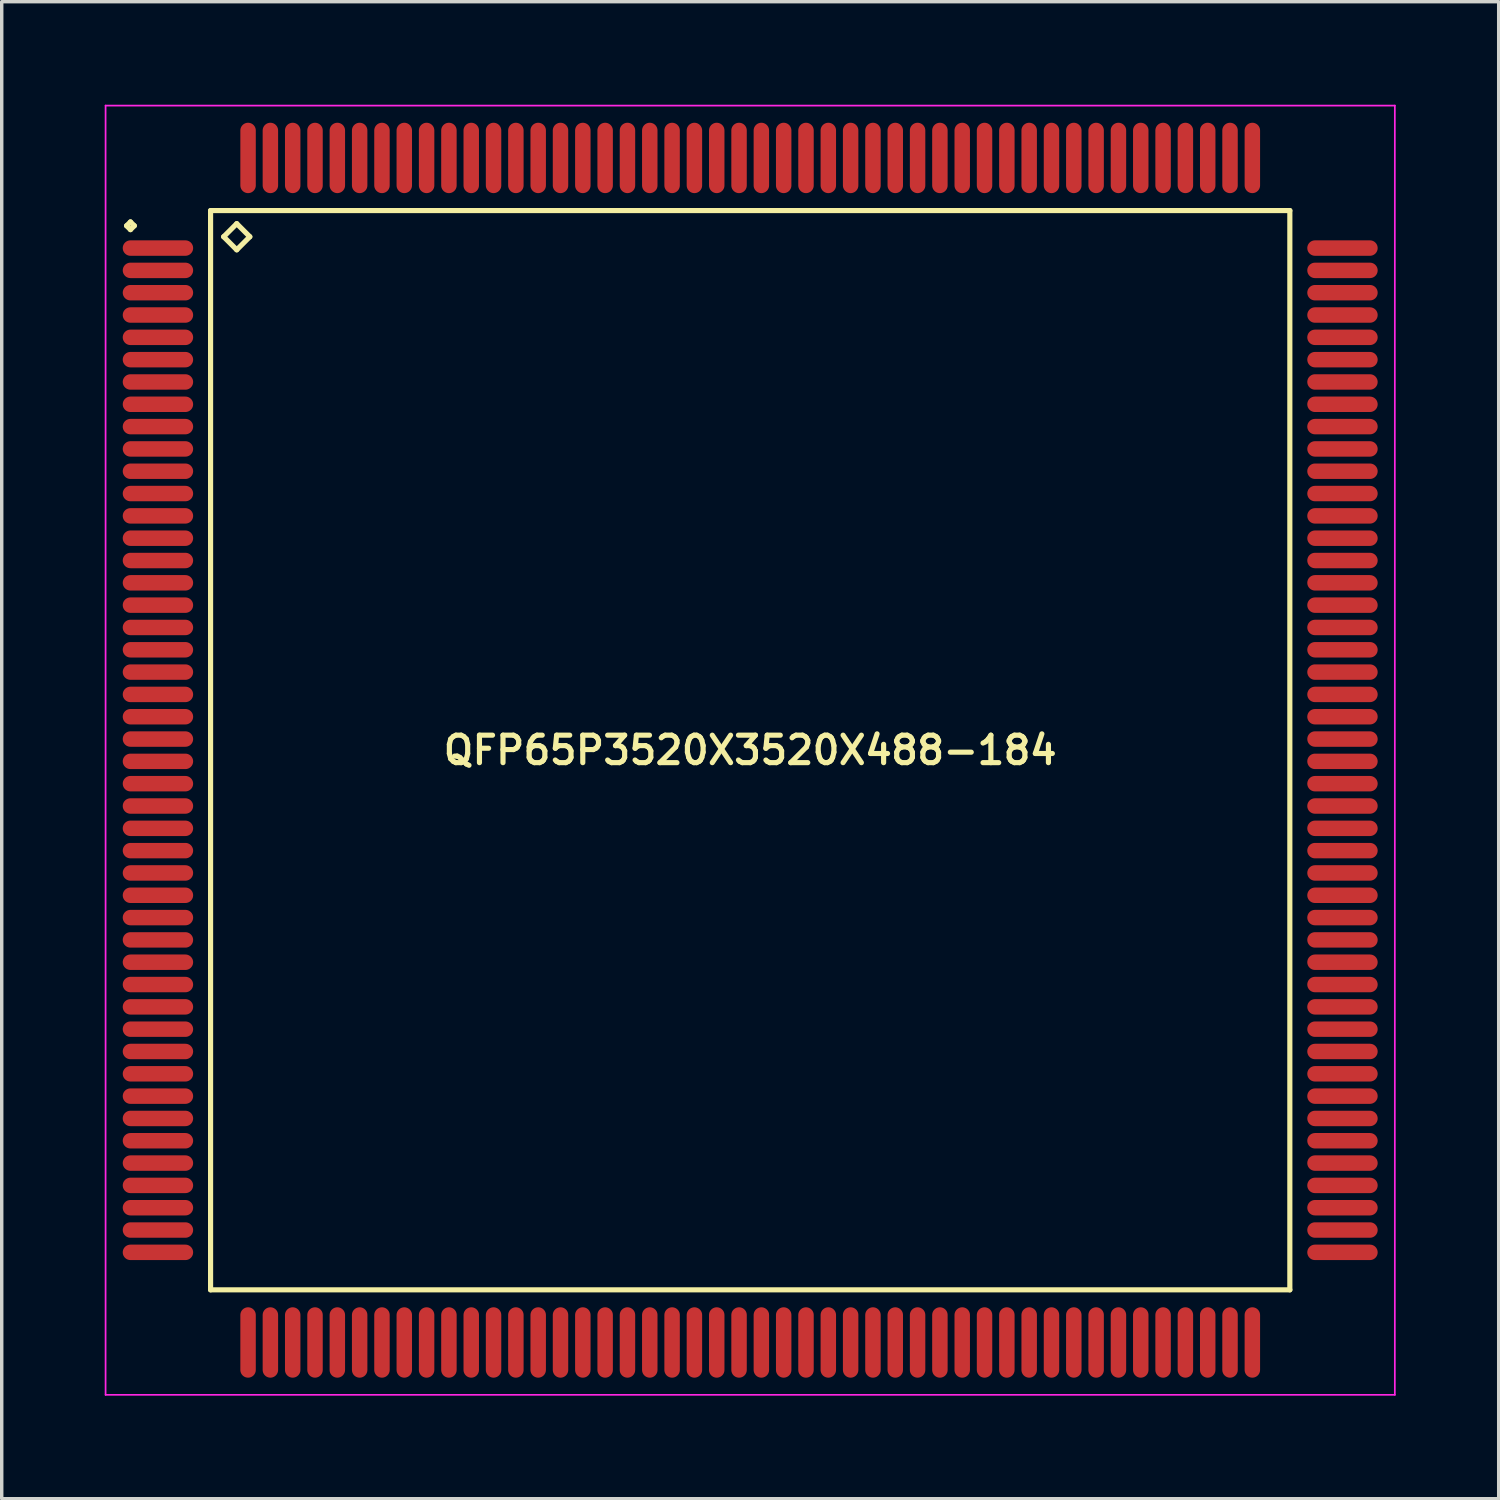
<source format=kicad_pcb>
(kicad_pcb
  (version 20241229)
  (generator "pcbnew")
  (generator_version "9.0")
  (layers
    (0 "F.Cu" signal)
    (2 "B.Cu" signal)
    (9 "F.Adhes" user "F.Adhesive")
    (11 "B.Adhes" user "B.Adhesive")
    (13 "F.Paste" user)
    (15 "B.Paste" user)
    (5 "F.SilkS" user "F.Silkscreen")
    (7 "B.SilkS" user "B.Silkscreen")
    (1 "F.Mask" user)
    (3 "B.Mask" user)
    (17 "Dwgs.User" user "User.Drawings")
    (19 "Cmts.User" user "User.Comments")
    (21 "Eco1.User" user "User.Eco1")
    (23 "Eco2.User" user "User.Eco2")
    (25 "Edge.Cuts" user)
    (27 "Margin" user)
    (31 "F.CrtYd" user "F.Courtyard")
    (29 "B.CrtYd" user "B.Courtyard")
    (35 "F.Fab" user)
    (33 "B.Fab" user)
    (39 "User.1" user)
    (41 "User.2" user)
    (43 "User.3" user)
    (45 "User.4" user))
  (footprint "QFP65P3520X3520X488-184"
    (layer "F.Cu")
    (at 18.8 18.8)
    (property "Reference" "QFP65P3520X3520X488-184" (at 0 0 0) (layer "F.SilkS") (effects (font (size 0.8 0.8) (thickness 0.15))))
    (attr smd)
    (fp_line (start -18.163 -15.275) (end -18.05 -15.387) (stroke (width 0.15) (type solid)) (layer "F.SilkS"))
    (fp_line (start -18.05 -15.387) (end -17.938 -15.275) (stroke (width 0.15) (type solid)) (layer "F.SilkS"))
    (fp_line (start -18.05 -15.162) (end -18.163 -15.275) (stroke (width 0.15) (type solid)) (layer "F.SilkS"))
    (fp_line (start -17.938 -15.275) (end -18.05 -15.162) (stroke (width 0.15) (type solid)) (layer "F.SilkS"))
    (fp_line (start -15.717 -15.717) (end -15.717 15.717) (stroke (width 0.15) (type solid)) (layer "F.SilkS"))
    (fp_line (start -15.717 15.717) (end 15.717 15.717) (stroke (width 0.15) (type solid)) (layer "F.SilkS"))
    (fp_line (start -15.336 -14.955) (end -14.955 -15.336) (stroke (width 0.15) (type solid)) (layer "F.SilkS"))
    (fp_line (start -14.955 -15.336) (end -14.574 -14.955) (stroke (width 0.15) (type solid)) (layer "F.SilkS"))
    (fp_line (start -14.955 -14.574) (end -15.336 -14.955) (stroke (width 0.15) (type solid)) (layer "F.SilkS"))
    (fp_line (start -14.574 -14.955) (end -14.955 -14.574) (stroke (width 0.15) (type solid)) (layer "F.SilkS"))
    (fp_line (start 15.717 -15.717) (end -15.717 -15.717) (stroke (width 0.15) (type solid)) (layer "F.SilkS"))
    (fp_line (start 15.717 15.717) (end 15.717 -15.717) (stroke (width 0.15) (type solid)) (layer "F.SilkS"))
    (fp_line (start -18.775 -18.775) (end 18.775 -18.775) (stroke (width 0.05) (type solid)) (layer "F.CrtYd"))
    (fp_line (start -18.775 18.775) (end -18.775 -18.775) (stroke (width 0.05) (type solid)) (layer "F.CrtYd"))
    (fp_line (start 18.775 -18.775) (end 18.775 18.775) (stroke (width 0.05) (type solid)) (layer "F.CrtYd"))
    (fp_line (start 18.775 18.775) (end -18.775 18.775) (stroke (width 0.05) (type solid)) (layer "F.CrtYd"))
    (pad "1" smd oval (at -17.25 -14.625) (size 2.05 0.45) (layers "F.Cu" "F.Mask" "F.Paste"))
    (pad "2" smd oval (at -17.25 -13.975) (size 2.05 0.45) (layers "F.Cu" "F.Mask" "F.Paste"))
    (pad "3" smd oval (at -17.25 -13.325) (size 2.05 0.45) (layers "F.Cu" "F.Mask" "F.Paste"))
    (pad "4" smd oval (at -17.25 -12.675) (size 2.05 0.45) (layers "F.Cu" "F.Mask" "F.Paste"))
    (pad "5" smd oval (at -17.25 -12.025) (size 2.05 0.45) (layers "F.Cu" "F.Mask" "F.Paste"))
    (pad "6" smd oval (at -17.25 -11.375) (size 2.05 0.45) (layers "F.Cu" "F.Mask" "F.Paste"))
    (pad "7" smd oval (at -17.25 -10.725) (size 2.05 0.45) (layers "F.Cu" "F.Mask" "F.Paste"))
    (pad "8" smd oval (at -17.25 -10.075) (size 2.05 0.45) (layers "F.Cu" "F.Mask" "F.Paste"))
    (pad "9" smd oval (at -17.25 -9.425) (size 2.05 0.45) (layers "F.Cu" "F.Mask" "F.Paste"))
    (pad "10" smd oval (at -17.25 -8.775) (size 2.05 0.45) (layers "F.Cu" "F.Mask" "F.Paste"))
    (pad "11" smd oval (at -17.25 -8.125) (size 2.05 0.45) (layers "F.Cu" "F.Mask" "F.Paste"))
    (pad "12" smd oval (at -17.25 -7.475) (size 2.05 0.45) (layers "F.Cu" "F.Mask" "F.Paste"))
    (pad "13" smd oval (at -17.25 -6.825) (size 2.05 0.45) (layers "F.Cu" "F.Mask" "F.Paste"))
    (pad "14" smd oval (at -17.25 -6.175) (size 2.05 0.45) (layers "F.Cu" "F.Mask" "F.Paste"))
    (pad "15" smd oval (at -17.25 -5.525) (size 2.05 0.45) (layers "F.Cu" "F.Mask" "F.Paste"))
    (pad "16" smd oval (at -17.25 -4.875) (size 2.05 0.45) (layers "F.Cu" "F.Mask" "F.Paste"))
    (pad "17" smd oval (at -17.25 -4.225) (size 2.05 0.45) (layers "F.Cu" "F.Mask" "F.Paste"))
    (pad "18" smd oval (at -17.25 -3.575) (size 2.05 0.45) (layers "F.Cu" "F.Mask" "F.Paste"))
    (pad "19" smd oval (at -17.25 -2.925) (size 2.05 0.45) (layers "F.Cu" "F.Mask" "F.Paste"))
    (pad "20" smd oval (at -17.25 -2.275) (size 2.05 0.45) (layers "F.Cu" "F.Mask" "F.Paste"))
    (pad "21" smd oval (at -17.25 -1.625) (size 2.05 0.45) (layers "F.Cu" "F.Mask" "F.Paste"))
    (pad "22" smd oval (at -17.25 -0.975) (size 2.05 0.45) (layers "F.Cu" "F.Mask" "F.Paste"))
    (pad "23" smd oval (at -17.25 -0.325) (size 2.05 0.45) (layers "F.Cu" "F.Mask" "F.Paste"))
    (pad "24" smd oval (at -17.25 0.325) (size 2.05 0.45) (layers "F.Cu" "F.Mask" "F.Paste"))
    (pad "25" smd oval (at -17.25 0.975) (size 2.05 0.45) (layers "F.Cu" "F.Mask" "F.Paste"))
    (pad "26" smd oval (at -17.25 1.625) (size 2.05 0.45) (layers "F.Cu" "F.Mask" "F.Paste"))
    (pad "27" smd oval (at -17.25 2.275) (size 2.05 0.45) (layers "F.Cu" "F.Mask" "F.Paste"))
    (pad "28" smd oval (at -17.25 2.925) (size 2.05 0.45) (layers "F.Cu" "F.Mask" "F.Paste"))
    (pad "29" smd oval (at -17.25 3.575) (size 2.05 0.45) (layers "F.Cu" "F.Mask" "F.Paste"))
    (pad "30" smd oval (at -17.25 4.225) (size 2.05 0.45) (layers "F.Cu" "F.Mask" "F.Paste"))
    (pad "31" smd oval (at -17.25 4.875) (size 2.05 0.45) (layers "F.Cu" "F.Mask" "F.Paste"))
    (pad "32" smd oval (at -17.25 5.525) (size 2.05 0.45) (layers "F.Cu" "F.Mask" "F.Paste"))
    (pad "33" smd oval (at -17.25 6.175) (size 2.05 0.45) (layers "F.Cu" "F.Mask" "F.Paste"))
    (pad "34" smd oval (at -17.25 6.825) (size 2.05 0.45) (layers "F.Cu" "F.Mask" "F.Paste"))
    (pad "35" smd oval (at -17.25 7.475) (size 2.05 0.45) (layers "F.Cu" "F.Mask" "F.Paste"))
    (pad "36" smd oval (at -17.25 8.125) (size 2.05 0.45) (layers "F.Cu" "F.Mask" "F.Paste"))
    (pad "37" smd oval (at -17.25 8.775) (size 2.05 0.45) (layers "F.Cu" "F.Mask" "F.Paste"))
    (pad "38" smd oval (at -17.25 9.425) (size 2.05 0.45) (layers "F.Cu" "F.Mask" "F.Paste"))
    (pad "39" smd oval (at -17.25 10.075) (size 2.05 0.45) (layers "F.Cu" "F.Mask" "F.Paste"))
    (pad "40" smd oval (at -17.25 10.725) (size 2.05 0.45) (layers "F.Cu" "F.Mask" "F.Paste"))
    (pad "41" smd oval (at -17.25 11.375) (size 2.05 0.45) (layers "F.Cu" "F.Mask" "F.Paste"))
    (pad "42" smd oval (at -17.25 12.025) (size 2.05 0.45) (layers "F.Cu" "F.Mask" "F.Paste"))
    (pad "43" smd oval (at -17.25 12.675) (size 2.05 0.45) (layers "F.Cu" "F.Mask" "F.Paste"))
    (pad "44" smd oval (at -17.25 13.325) (size 2.05 0.45) (layers "F.Cu" "F.Mask" "F.Paste"))
    (pad "45" smd oval (at -17.25 13.975) (size 2.05 0.45) (layers "F.Cu" "F.Mask" "F.Paste"))
    (pad "46" smd oval (at -17.25 14.625) (size 2.05 0.45) (layers "F.Cu" "F.Mask" "F.Paste"))
    (pad "47" smd oval (at -14.625 17.25) (size 0.45 2.05) (layers "F.Cu" "F.Mask" "F.Paste"))
    (pad "48" smd oval (at -13.975 17.25) (size 0.45 2.05) (layers "F.Cu" "F.Mask" "F.Paste"))
    (pad "49" smd oval (at -13.325 17.25) (size 0.45 2.05) (layers "F.Cu" "F.Mask" "F.Paste"))
    (pad "50" smd oval (at -12.675 17.25) (size 0.45 2.05) (layers "F.Cu" "F.Mask" "F.Paste"))
    (pad "51" smd oval (at -12.025 17.25) (size 0.45 2.05) (layers "F.Cu" "F.Mask" "F.Paste"))
    (pad "52" smd oval (at -11.375 17.25) (size 0.45 2.05) (layers "F.Cu" "F.Mask" "F.Paste"))
    (pad "53" smd oval (at -10.725 17.25) (size 0.45 2.05) (layers "F.Cu" "F.Mask" "F.Paste"))
    (pad "54" smd oval (at -10.075 17.25) (size 0.45 2.05) (layers "F.Cu" "F.Mask" "F.Paste"))
    (pad "55" smd oval (at -9.425 17.25) (size 0.45 2.05) (layers "F.Cu" "F.Mask" "F.Paste"))
    (pad "56" smd oval (at -8.775 17.25) (size 0.45 2.05) (layers "F.Cu" "F.Mask" "F.Paste"))
    (pad "57" smd oval (at -8.125 17.25) (size 0.45 2.05) (layers "F.Cu" "F.Mask" "F.Paste"))
    (pad "58" smd oval (at -7.475 17.25) (size 0.45 2.05) (layers "F.Cu" "F.Mask" "F.Paste"))
    (pad "59" smd oval (at -6.825 17.25) (size 0.45 2.05) (layers "F.Cu" "F.Mask" "F.Paste"))
    (pad "60" smd oval (at -6.175 17.25) (size 0.45 2.05) (layers "F.Cu" "F.Mask" "F.Paste"))
    (pad "61" smd oval (at -5.525 17.25) (size 0.45 2.05) (layers "F.Cu" "F.Mask" "F.Paste"))
    (pad "62" smd oval (at -4.875 17.25) (size 0.45 2.05) (layers "F.Cu" "F.Mask" "F.Paste"))
    (pad "63" smd oval (at -4.225 17.25) (size 0.45 2.05) (layers "F.Cu" "F.Mask" "F.Paste"))
    (pad "64" smd oval (at -3.575 17.25) (size 0.45 2.05) (layers "F.Cu" "F.Mask" "F.Paste"))
    (pad "65" smd oval (at -2.925 17.25) (size 0.45 2.05) (layers "F.Cu" "F.Mask" "F.Paste"))
    (pad "66" smd oval (at -2.275 17.25) (size 0.45 2.05) (layers "F.Cu" "F.Mask" "F.Paste"))
    (pad "67" smd oval (at -1.625 17.25) (size 0.45 2.05) (layers "F.Cu" "F.Mask" "F.Paste"))
    (pad "68" smd oval (at -0.975 17.25) (size 0.45 2.05) (layers "F.Cu" "F.Mask" "F.Paste"))
    (pad "69" smd oval (at -0.325 17.25) (size 0.45 2.05) (layers "F.Cu" "F.Mask" "F.Paste"))
    (pad "70" smd oval (at 0.325 17.25) (size 0.45 2.05) (layers "F.Cu" "F.Mask" "F.Paste"))
    (pad "71" smd oval (at 0.975 17.25) (size 0.45 2.05) (layers "F.Cu" "F.Mask" "F.Paste"))
    (pad "72" smd oval (at 1.625 17.25) (size 0.45 2.05) (layers "F.Cu" "F.Mask" "F.Paste"))
    (pad "73" smd oval (at 2.275 17.25) (size 0.45 2.05) (layers "F.Cu" "F.Mask" "F.Paste"))
    (pad "74" smd oval (at 2.925 17.25) (size 0.45 2.05) (layers "F.Cu" "F.Mask" "F.Paste"))
    (pad "75" smd oval (at 3.575 17.25) (size 0.45 2.05) (layers "F.Cu" "F.Mask" "F.Paste"))
    (pad "76" smd oval (at 4.225 17.25) (size 0.45 2.05) (layers "F.Cu" "F.Mask" "F.Paste"))
    (pad "77" smd oval (at 4.875 17.25) (size 0.45 2.05) (layers "F.Cu" "F.Mask" "F.Paste"))
    (pad "78" smd oval (at 5.525 17.25) (size 0.45 2.05) (layers "F.Cu" "F.Mask" "F.Paste"))
    (pad "79" smd oval (at 6.175 17.25) (size 0.45 2.05) (layers "F.Cu" "F.Mask" "F.Paste"))
    (pad "80" smd oval (at 6.825 17.25) (size 0.45 2.05) (layers "F.Cu" "F.Mask" "F.Paste"))
    (pad "81" smd oval (at 7.475 17.25) (size 0.45 2.05) (layers "F.Cu" "F.Mask" "F.Paste"))
    (pad "82" smd oval (at 8.125 17.25) (size 0.45 2.05) (layers "F.Cu" "F.Mask" "F.Paste"))
    (pad "83" smd oval (at 8.775 17.25) (size 0.45 2.05) (layers "F.Cu" "F.Mask" "F.Paste"))
    (pad "84" smd oval (at 9.425 17.25) (size 0.45 2.05) (layers "F.Cu" "F.Mask" "F.Paste"))
    (pad "85" smd oval (at 10.075 17.25) (size 0.45 2.05) (layers "F.Cu" "F.Mask" "F.Paste"))
    (pad "86" smd oval (at 10.725 17.25) (size 0.45 2.05) (layers "F.Cu" "F.Mask" "F.Paste"))
    (pad "87" smd oval (at 11.375 17.25) (size 0.45 2.05) (layers "F.Cu" "F.Mask" "F.Paste"))
    (pad "88" smd oval (at 12.025 17.25) (size 0.45 2.05) (layers "F.Cu" "F.Mask" "F.Paste"))
    (pad "89" smd oval (at 12.675 17.25) (size 0.45 2.05) (layers "F.Cu" "F.Mask" "F.Paste"))
    (pad "90" smd oval (at 13.325 17.25) (size 0.45 2.05) (layers "F.Cu" "F.Mask" "F.Paste"))
    (pad "91" smd oval (at 13.975 17.25) (size 0.45 2.05) (layers "F.Cu" "F.Mask" "F.Paste"))
    (pad "92" smd oval (at 14.625 17.25) (size 0.45 2.05) (layers "F.Cu" "F.Mask" "F.Paste"))
    (pad "93" smd oval (at 17.25 14.625) (size 2.05 0.45) (layers "F.Cu" "F.Mask" "F.Paste"))
    (pad "94" smd oval (at 17.25 13.975) (size 2.05 0.45) (layers "F.Cu" "F.Mask" "F.Paste"))
    (pad "95" smd oval (at 17.25 13.325) (size 2.05 0.45) (layers "F.Cu" "F.Mask" "F.Paste"))
    (pad "96" smd oval (at 17.25 12.675) (size 2.05 0.45) (layers "F.Cu" "F.Mask" "F.Paste"))
    (pad "97" smd oval (at 17.25 12.025) (size 2.05 0.45) (layers "F.Cu" "F.Mask" "F.Paste"))
    (pad "98" smd oval (at 17.25 11.375) (size 2.05 0.45) (layers "F.Cu" "F.Mask" "F.Paste"))
    (pad "99" smd oval (at 17.25 10.725) (size 2.05 0.45) (layers "F.Cu" "F.Mask" "F.Paste"))
    (pad "100" smd oval (at 17.25 10.075) (size 2.05 0.45) (layers "F.Cu" "F.Mask" "F.Paste"))
    (pad "101" smd oval (at 17.25 9.425) (size 2.05 0.45) (layers "F.Cu" "F.Mask" "F.Paste"))
    (pad "102" smd oval (at 17.25 8.775) (size 2.05 0.45) (layers "F.Cu" "F.Mask" "F.Paste"))
    (pad "103" smd oval (at 17.25 8.125) (size 2.05 0.45) (layers "F.Cu" "F.Mask" "F.Paste"))
    (pad "104" smd oval (at 17.25 7.475) (size 2.05 0.45) (layers "F.Cu" "F.Mask" "F.Paste"))
    (pad "105" smd oval (at 17.25 6.825) (size 2.05 0.45) (layers "F.Cu" "F.Mask" "F.Paste"))
    (pad "106" smd oval (at 17.25 6.175) (size 2.05 0.45) (layers "F.Cu" "F.Mask" "F.Paste"))
    (pad "107" smd oval (at 17.25 5.525) (size 2.05 0.45) (layers "F.Cu" "F.Mask" "F.Paste"))
    (pad "108" smd oval (at 17.25 4.875) (size 2.05 0.45) (layers "F.Cu" "F.Mask" "F.Paste"))
    (pad "109" smd oval (at 17.25 4.225) (size 2.05 0.45) (layers "F.Cu" "F.Mask" "F.Paste"))
    (pad "110" smd oval (at 17.25 3.575) (size 2.05 0.45) (layers "F.Cu" "F.Mask" "F.Paste"))
    (pad "111" smd oval (at 17.25 2.925) (size 2.05 0.45) (layers "F.Cu" "F.Mask" "F.Paste"))
    (pad "112" smd oval (at 17.25 2.275) (size 2.05 0.45) (layers "F.Cu" "F.Mask" "F.Paste"))
    (pad "113" smd oval (at 17.25 1.625) (size 2.05 0.45) (layers "F.Cu" "F.Mask" "F.Paste"))
    (pad "114" smd oval (at 17.25 0.975) (size 2.05 0.45) (layers "F.Cu" "F.Mask" "F.Paste"))
    (pad "115" smd oval (at 17.25 0.325) (size 2.05 0.45) (layers "F.Cu" "F.Mask" "F.Paste"))
    (pad "116" smd oval (at 17.25 -0.325) (size 2.05 0.45) (layers "F.Cu" "F.Mask" "F.Paste"))
    (pad "117" smd oval (at 17.25 -0.975) (size 2.05 0.45) (layers "F.Cu" "F.Mask" "F.Paste"))
    (pad "118" smd oval (at 17.25 -1.625) (size 2.05 0.45) (layers "F.Cu" "F.Mask" "F.Paste"))
    (pad "119" smd oval (at 17.25 -2.275) (size 2.05 0.45) (layers "F.Cu" "F.Mask" "F.Paste"))
    (pad "120" smd oval (at 17.25 -2.925) (size 2.05 0.45) (layers "F.Cu" "F.Mask" "F.Paste"))
    (pad "121" smd oval (at 17.25 -3.575) (size 2.05 0.45) (layers "F.Cu" "F.Mask" "F.Paste"))
    (pad "122" smd oval (at 17.25 -4.225) (size 2.05 0.45) (layers "F.Cu" "F.Mask" "F.Paste"))
    (pad "123" smd oval (at 17.25 -4.875) (size 2.05 0.45) (layers "F.Cu" "F.Mask" "F.Paste"))
    (pad "124" smd oval (at 17.25 -5.525) (size 2.05 0.45) (layers "F.Cu" "F.Mask" "F.Paste"))
    (pad "125" smd oval (at 17.25 -6.175) (size 2.05 0.45) (layers "F.Cu" "F.Mask" "F.Paste"))
    (pad "126" smd oval (at 17.25 -6.825) (size 2.05 0.45) (layers "F.Cu" "F.Mask" "F.Paste"))
    (pad "127" smd oval (at 17.25 -7.475) (size 2.05 0.45) (layers "F.Cu" "F.Mask" "F.Paste"))
    (pad "128" smd oval (at 17.25 -8.125) (size 2.05 0.45) (layers "F.Cu" "F.Mask" "F.Paste"))
    (pad "129" smd oval (at 17.25 -8.775) (size 2.05 0.45) (layers "F.Cu" "F.Mask" "F.Paste"))
    (pad "130" smd oval (at 17.25 -9.425) (size 2.05 0.45) (layers "F.Cu" "F.Mask" "F.Paste"))
    (pad "131" smd oval (at 17.25 -10.075) (size 2.05 0.45) (layers "F.Cu" "F.Mask" "F.Paste"))
    (pad "132" smd oval (at 17.25 -10.725) (size 2.05 0.45) (layers "F.Cu" "F.Mask" "F.Paste"))
    (pad "133" smd oval (at 17.25 -11.375) (size 2.05 0.45) (layers "F.Cu" "F.Mask" "F.Paste"))
    (pad "134" smd oval (at 17.25 -12.025) (size 2.05 0.45) (layers "F.Cu" "F.Mask" "F.Paste"))
    (pad "135" smd oval (at 17.25 -12.675) (size 2.05 0.45) (layers "F.Cu" "F.Mask" "F.Paste"))
    (pad "136" smd oval (at 17.25 -13.325) (size 2.05 0.45) (layers "F.Cu" "F.Mask" "F.Paste"))
    (pad "137" smd oval (at 17.25 -13.975) (size 2.05 0.45) (layers "F.Cu" "F.Mask" "F.Paste"))
    (pad "138" smd oval (at 17.25 -14.625) (size 2.05 0.45) (layers "F.Cu" "F.Mask" "F.Paste"))
    (pad "139" smd oval (at 14.625 -17.25) (size 0.45 2.05) (layers "F.Cu" "F.Mask" "F.Paste"))
    (pad "140" smd oval (at 13.975 -17.25) (size 0.45 2.05) (layers "F.Cu" "F.Mask" "F.Paste"))
    (pad "141" smd oval (at 13.325 -17.25) (size 0.45 2.05) (layers "F.Cu" "F.Mask" "F.Paste"))
    (pad "142" smd oval (at 12.675 -17.25) (size 0.45 2.05) (layers "F.Cu" "F.Mask" "F.Paste"))
    (pad "143" smd oval (at 12.025 -17.25) (size 0.45 2.05) (layers "F.Cu" "F.Mask" "F.Paste"))
    (pad "144" smd oval (at 11.375 -17.25) (size 0.45 2.05) (layers "F.Cu" "F.Mask" "F.Paste"))
    (pad "145" smd oval (at 10.725 -17.25) (size 0.45 2.05) (layers "F.Cu" "F.Mask" "F.Paste"))
    (pad "146" smd oval (at 10.075 -17.25) (size 0.45 2.05) (layers "F.Cu" "F.Mask" "F.Paste"))
    (pad "147" smd oval (at 9.425 -17.25) (size 0.45 2.05) (layers "F.Cu" "F.Mask" "F.Paste"))
    (pad "148" smd oval (at 8.775 -17.25) (size 0.45 2.05) (layers "F.Cu" "F.Mask" "F.Paste"))
    (pad "149" smd oval (at 8.125 -17.25) (size 0.45 2.05) (layers "F.Cu" "F.Mask" "F.Paste"))
    (pad "150" smd oval (at 7.475 -17.25) (size 0.45 2.05) (layers "F.Cu" "F.Mask" "F.Paste"))
    (pad "151" smd oval (at 6.825 -17.25) (size 0.45 2.05) (layers "F.Cu" "F.Mask" "F.Paste"))
    (pad "152" smd oval (at 6.175 -17.25) (size 0.45 2.05) (layers "F.Cu" "F.Mask" "F.Paste"))
    (pad "153" smd oval (at 5.525 -17.25) (size 0.45 2.05) (layers "F.Cu" "F.Mask" "F.Paste"))
    (pad "154" smd oval (at 4.875 -17.25) (size 0.45 2.05) (layers "F.Cu" "F.Mask" "F.Paste"))
    (pad "155" smd oval (at 4.225 -17.25) (size 0.45 2.05) (layers "F.Cu" "F.Mask" "F.Paste"))
    (pad "156" smd oval (at 3.575 -17.25) (size 0.45 2.05) (layers "F.Cu" "F.Mask" "F.Paste"))
    (pad "157" smd oval (at 2.925 -17.25) (size 0.45 2.05) (layers "F.Cu" "F.Mask" "F.Paste"))
    (pad "158" smd oval (at 2.275 -17.25) (size 0.45 2.05) (layers "F.Cu" "F.Mask" "F.Paste"))
    (pad "159" smd oval (at 1.625 -17.25) (size 0.45 2.05) (layers "F.Cu" "F.Mask" "F.Paste"))
    (pad "160" smd oval (at 0.975 -17.25) (size 0.45 2.05) (layers "F.Cu" "F.Mask" "F.Paste"))
    (pad "161" smd oval (at 0.325 -17.25) (size 0.45 2.05) (layers "F.Cu" "F.Mask" "F.Paste"))
    (pad "162" smd oval (at -0.325 -17.25) (size 0.45 2.05) (layers "F.Cu" "F.Mask" "F.Paste"))
    (pad "163" smd oval (at -0.975 -17.25) (size 0.45 2.05) (layers "F.Cu" "F.Mask" "F.Paste"))
    (pad "164" smd oval (at -1.625 -17.25) (size 0.45 2.05) (layers "F.Cu" "F.Mask" "F.Paste"))
    (pad "165" smd oval (at -2.275 -17.25) (size 0.45 2.05) (layers "F.Cu" "F.Mask" "F.Paste"))
    (pad "166" smd oval (at -2.925 -17.25) (size 0.45 2.05) (layers "F.Cu" "F.Mask" "F.Paste"))
    (pad "167" smd oval (at -3.575 -17.25) (size 0.45 2.05) (layers "F.Cu" "F.Mask" "F.Paste"))
    (pad "168" smd oval (at -4.225 -17.25) (size 0.45 2.05) (layers "F.Cu" "F.Mask" "F.Paste"))
    (pad "169" smd oval (at -4.875 -17.25) (size 0.45 2.05) (layers "F.Cu" "F.Mask" "F.Paste"))
    (pad "170" smd oval (at -5.525 -17.25) (size 0.45 2.05) (layers "F.Cu" "F.Mask" "F.Paste"))
    (pad "171" smd oval (at -6.175 -17.25) (size 0.45 2.05) (layers "F.Cu" "F.Mask" "F.Paste"))
    (pad "172" smd oval (at -6.825 -17.25) (size 0.45 2.05) (layers "F.Cu" "F.Mask" "F.Paste"))
    (pad "173" smd oval (at -7.475 -17.25) (size 0.45 2.05) (layers "F.Cu" "F.Mask" "F.Paste"))
    (pad "174" smd oval (at -8.125 -17.25) (size 0.45 2.05) (layers "F.Cu" "F.Mask" "F.Paste"))
    (pad "175" smd oval (at -8.775 -17.25) (size 0.45 2.05) (layers "F.Cu" "F.Mask" "F.Paste"))
    (pad "176" smd oval (at -9.425 -17.25) (size 0.45 2.05) (layers "F.Cu" "F.Mask" "F.Paste"))
    (pad "177" smd oval (at -10.075 -17.25) (size 0.45 2.05) (layers "F.Cu" "F.Mask" "F.Paste"))
    (pad "178" smd oval (at -10.725 -17.25) (size 0.45 2.05) (layers "F.Cu" "F.Mask" "F.Paste"))
    (pad "179" smd oval (at -11.375 -17.25) (size 0.45 2.05) (layers "F.Cu" "F.Mask" "F.Paste"))
    (pad "180" smd oval (at -12.025 -17.25) (size 0.45 2.05) (layers "F.Cu" "F.Mask" "F.Paste"))
    (pad "181" smd oval (at -12.675 -17.25) (size 0.45 2.05) (layers "F.Cu" "F.Mask" "F.Paste"))
    (pad "182" smd oval (at -13.325 -17.25) (size 0.45 2.05) (layers "F.Cu" "F.Mask" "F.Paste"))
    (pad "183" smd oval (at -13.975 -17.25) (size 0.45 2.05) (layers "F.Cu" "F.Mask" "F.Paste"))
    (pad "184" smd oval (at -14.625 -17.25) (size 0.45 2.05) (layers "F.Cu" "F.Mask" "F.Paste")))
  (gr_rect
    (start -3 -3)
    (end 40.6 40.6)
    (stroke (width 0.1) (type default))
    (fill no)
    (layer "Edge.Cuts")))
</source>
